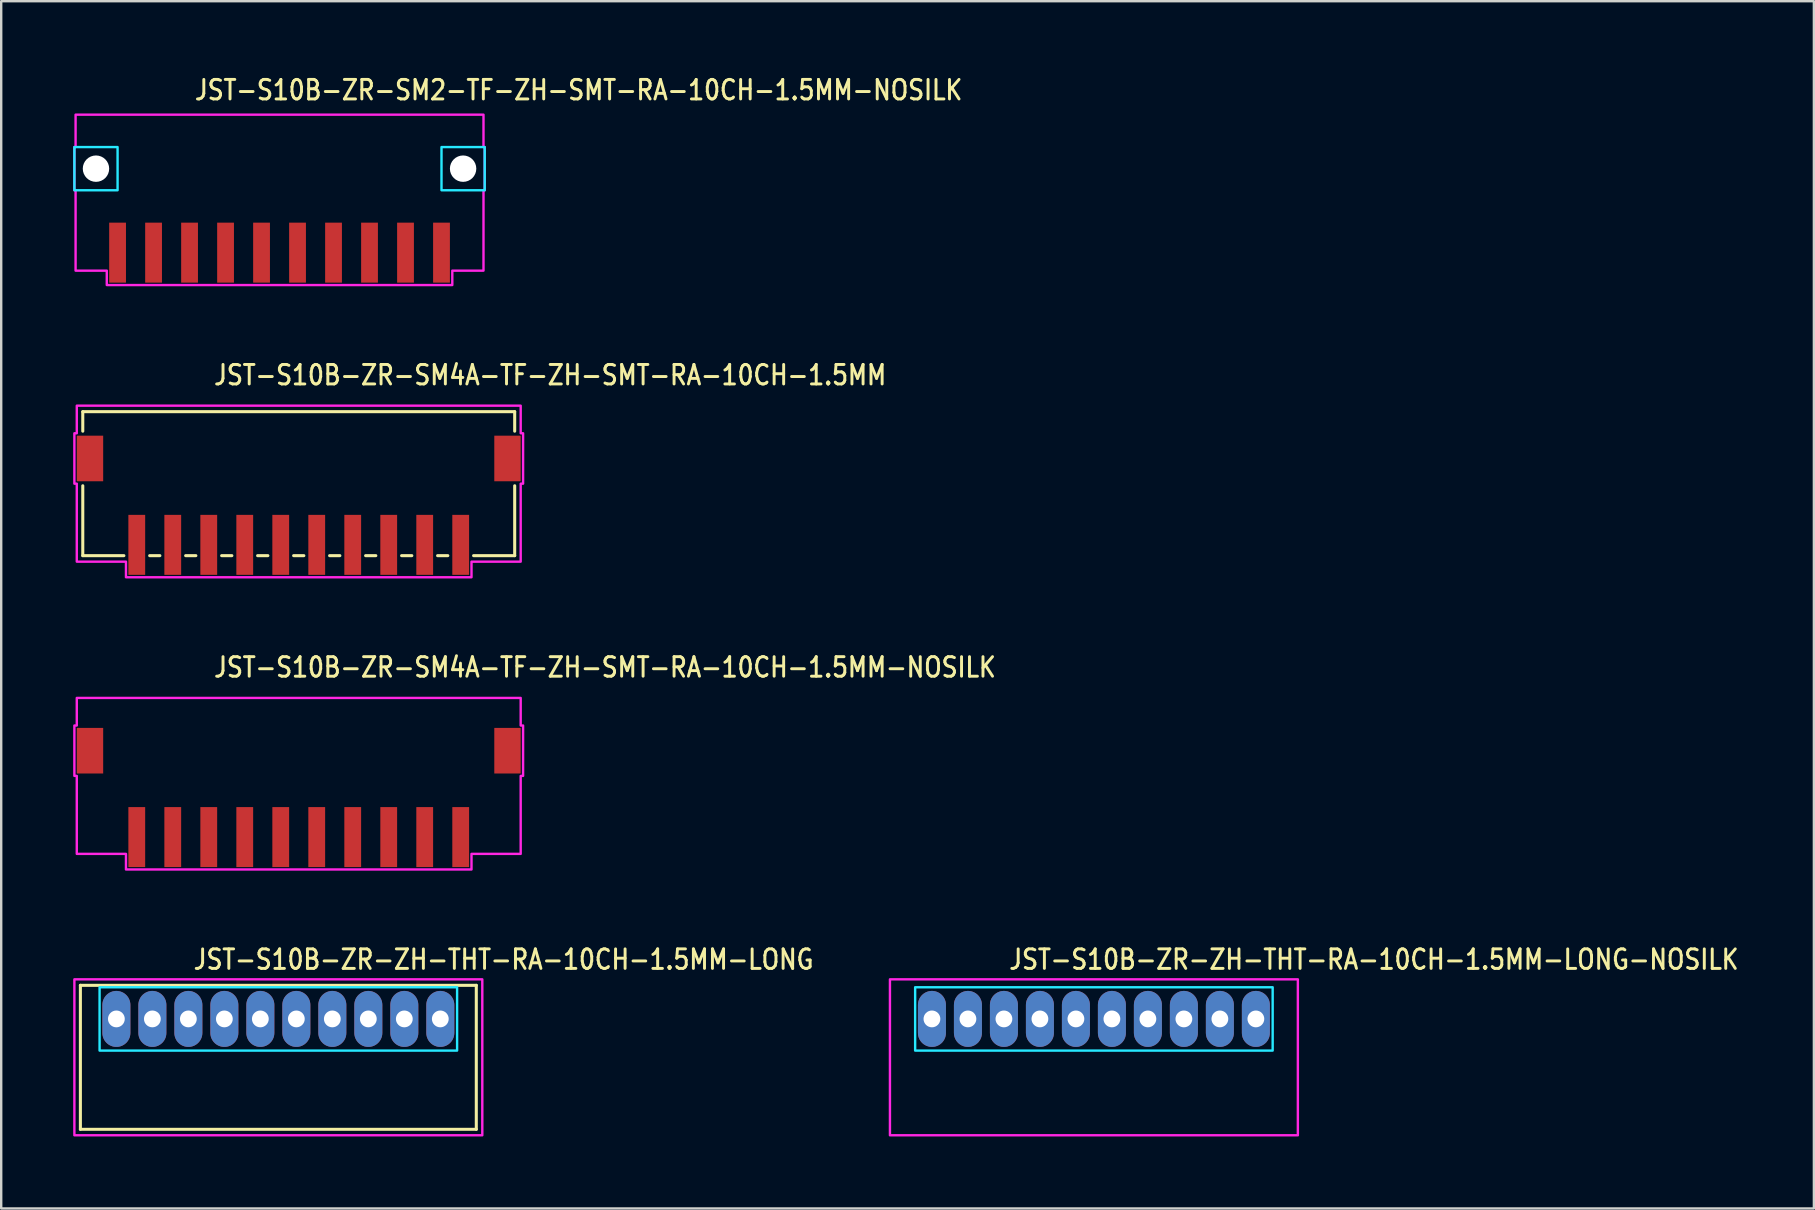
<source format=kicad_pcb>
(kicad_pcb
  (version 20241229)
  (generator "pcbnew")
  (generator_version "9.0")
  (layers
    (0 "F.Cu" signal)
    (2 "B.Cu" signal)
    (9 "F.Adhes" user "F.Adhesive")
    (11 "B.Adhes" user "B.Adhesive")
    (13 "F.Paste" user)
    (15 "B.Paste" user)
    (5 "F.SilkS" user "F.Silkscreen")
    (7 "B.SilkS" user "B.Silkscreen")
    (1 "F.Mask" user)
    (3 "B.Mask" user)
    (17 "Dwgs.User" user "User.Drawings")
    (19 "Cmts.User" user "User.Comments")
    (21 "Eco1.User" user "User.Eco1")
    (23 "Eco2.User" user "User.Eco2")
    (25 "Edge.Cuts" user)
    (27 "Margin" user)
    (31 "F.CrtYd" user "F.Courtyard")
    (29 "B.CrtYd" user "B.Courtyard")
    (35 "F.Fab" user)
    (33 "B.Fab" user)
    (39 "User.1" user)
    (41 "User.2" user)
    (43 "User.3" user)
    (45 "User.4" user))
  (footprint "JST-S10B-ZR-ZH-THT-RA-10CH-1.5MM-LONG"
    (layer "F.Cu")
    (at 8.55 39.414)
    (property "Reference" "JST-S10B-ZR-ZH-THT-RA-10CH-1.5MM-LONG" (at -3.6 -2 0) (unlocked yes) (layer "F.SilkS") (effects (font (size 0.813 0.695) (thickness 0.122)) (justify left bottom)))
    (fp_line (start -8.25 -1.4) (end 8.25 -1.4) (stroke (width 0.127) (type solid)) (layer "F.SilkS"))
    (fp_line (start -8.25 4.6) (end -8.25 -1.4) (stroke (width 0.127) (type solid)) (layer "F.SilkS"))
    (fp_line (start -8.25 4.6) (end 8.25 4.6) (stroke (width 0.127) (type solid)) (layer "F.SilkS"))
    (fp_line (start 8.25 -1.4) (end 8.25 4.6) (stroke (width 0.127) (type solid)) (layer "F.SilkS"))
    (fp_poly (pts (xy -7.45 -1.32) (xy -7.45 1.32) (xy 7.45 1.32) (xy 7.45 -1.32)) (stroke (width 0.1) (type solid)) (fill no) (layer "B.CrtYd"))
    (fp_poly (pts (xy -8.5 -1.65) (xy -8.5 4.85) (xy 8.5 4.85) (xy 8.5 -1.65)) (stroke (width 0.1) (type solid)) (fill no) (layer "F.CrtYd"))
    (pad "1" thru_hole oval (at -6.75 0 90) (size 2.333 1.167) (drill 0.7) (layers "*.Cu" "*.Mask"))
    (pad "2" thru_hole oval (at -5.25 0 90) (size 2.333 1.167) (drill 0.7) (layers "*.Cu" "*.Mask"))
    (pad "3" thru_hole oval (at -3.75 0 90) (size 2.333 1.167) (drill 0.7) (layers "*.Cu" "*.Mask"))
    (pad "4" thru_hole oval (at -2.25 0 90) (size 2.333 1.167) (drill 0.7) (layers "*.Cu" "*.Mask"))
    (pad "5" thru_hole oval (at -0.75 0 90) (size 2.333 1.167) (drill 0.7) (layers "*.Cu" "*.Mask"))
    (pad "6" thru_hole oval (at 0.75 0 90) (size 2.333 1.167) (drill 0.7) (layers "*.Cu" "*.Mask"))
    (pad "7" thru_hole oval (at 2.25 0 90) (size 2.333 1.167) (drill 0.7) (layers "*.Cu" "*.Mask"))
    (pad "8" thru_hole oval (at 3.75 0 90) (size 2.333 1.167) (drill 0.7) (layers "*.Cu" "*.Mask"))
    (pad "9" thru_hole oval (at 5.25 0 90) (size 2.333 1.167) (drill 0.7) (layers "*.Cu" "*.Mask"))
    (pad "10" thru_hole oval (at 6.75 0 90) (size 2.333 1.167) (drill 0.7) (layers "*.Cu" "*.Mask")))
  (footprint "JST-S10B-ZR-SM2-TF-ZH-SMT-RA-10CH-1.5MM-NOSILK"
    (layer "F.Cu")
    (at 8.6 3.979)
    (property "Reference" "JST-S10B-ZR-SM2-TF-ZH-SMT-RA-10CH-1.5MM-NOSILK" (at -3.6 -2.8 0) (unlocked yes) (layer "F.SilkS") (effects (font (size 0.813 0.695) (thickness 0.122)) (justify left bottom)))
    (fp_poly (pts (xy -8.55 -0.9) (xy -8.55 0.9) (xy -6.75 0.9) (xy -6.75 -0.9)) (stroke (width 0.1) (type solid)) (fill no) (layer "B.CrtYd"))
    (fp_poly (pts (xy 8.55 -0.9) (xy 8.55 0.9) (xy 6.75 0.9) (xy 6.75 -0.9)) (stroke (width 0.1) (type solid)) (fill no) (layer "B.CrtYd"))
    (fp_poly (pts (xy -8.5 -2.25) (xy -8.5 -0.9) (xy -8.55 -0.9) (xy -8.55 0.9) (xy -8.5 0.9) (xy -8.5 4.25) (xy -7.2 4.25) (xy -7.2 4.85) (xy 7.2 4.85) (xy 7.2 4.25) (xy 8.5 4.25) (xy 8.5 0.9) (xy 8.55 0.9) (xy 8.55 -0.9) (xy 8.5 -0.9) (xy 8.5 -2.25)) (stroke (width 0.1) (type solid)) (fill no) (layer "F.CrtYd"))
    (pad "" np_thru_hole circle (at -7.65 0) (size 1.1 1.1) (drill 1.1) (layers "*.Cu" "*.Mask"))
    (pad "" np_thru_hole circle (at 7.65 0) (size 1.1 1.1) (drill 1.1) (layers "*.Cu" "*.Mask"))
    (pad "1" smd rect (at 6.75 3.5) (size 0.7 2.5) (layers "F.Cu" "F.Mask" "F.Paste"))
    (pad "2" smd rect (at 5.25 3.5) (size 0.7 2.5) (layers "F.Cu" "F.Mask" "F.Paste"))
    (pad "3" smd rect (at 3.75 3.5) (size 0.7 2.5) (layers "F.Cu" "F.Mask" "F.Paste"))
    (pad "4" smd rect (at 2.25 3.5) (size 0.7 2.5) (layers "F.Cu" "F.Mask" "F.Paste"))
    (pad "5" smd rect (at 0.75 3.5) (size 0.7 2.5) (layers "F.Cu" "F.Mask" "F.Paste"))
    (pad "6" smd rect (at -0.75 3.5) (size 0.7 2.5) (layers "F.Cu" "F.Mask" "F.Paste"))
    (pad "7" smd rect (at -2.25 3.5) (size 0.7 2.5) (layers "F.Cu" "F.Mask" "F.Paste"))
    (pad "8" smd rect (at -3.75 3.5) (size 0.7 2.5) (layers "F.Cu" "F.Mask" "F.Paste"))
    (pad "9" smd rect (at -5.25 3.5) (size 0.7 2.5) (layers "F.Cu" "F.Mask" "F.Paste"))
    (pad "10" smd rect (at -6.75 3.5) (size 0.7 2.5) (layers "F.Cu" "F.Mask" "F.Paste")))
  (footprint "JST-S10B-ZR-SM4A-TF-ZH-SMT-RA-10CH-1.5MM"
    (layer "F.Cu")
    (at 9.4 16.057)
    (property "Reference" "JST-S10B-ZR-SM4A-TF-ZH-SMT-RA-10CH-1.5MM" (at -3.6 -3 0) (unlocked yes) (layer "F.SilkS") (effects (font (size 0.813 0.695) (thickness 0.122)) (justify left bottom)))
    (fp_line (start -9 -1.95) (end -9 -1.137) (stroke (width 0.127) (type solid)) (layer "F.SilkS"))
    (fp_line (start -9 -1.95) (end 9 -1.95) (stroke (width 0.127) (type solid)) (layer "F.SilkS"))
    (fp_line (start -9 4.05) (end -9 1.137) (stroke (width 0.127) (type solid)) (layer "F.SilkS"))
    (fp_line (start -9 4.05) (end -7.287 4.05) (stroke (width 0.127) (type solid)) (layer "F.SilkS"))
    (fp_line (start -6.213 4.05) (end -5.787 4.05) (stroke (width 0.127) (type solid)) (layer "F.SilkS"))
    (fp_line (start -4.713 4.05) (end -4.287 4.05) (stroke (width 0.127) (type solid)) (layer "F.SilkS"))
    (fp_line (start -3.213 4.05) (end -2.787 4.05) (stroke (width 0.127) (type solid)) (layer "F.SilkS"))
    (fp_line (start -1.714 4.05) (end -1.286 4.05) (stroke (width 0.127) (type solid)) (layer "F.SilkS"))
    (fp_line (start -0.213 4.05) (end 0.213 4.05) (stroke (width 0.127) (type solid)) (layer "F.SilkS"))
    (fp_line (start 1.286 4.05) (end 1.714 4.05) (stroke (width 0.127) (type solid)) (layer "F.SilkS"))
    (fp_line (start 2.787 4.05) (end 3.213 4.05) (stroke (width 0.127) (type solid)) (layer "F.SilkS"))
    (fp_line (start 4.287 4.05) (end 4.713 4.05) (stroke (width 0.127) (type solid)) (layer "F.SilkS"))
    (fp_line (start 5.787 4.05) (end 6.213 4.05) (stroke (width 0.127) (type solid)) (layer "F.SilkS"))
    (fp_line (start 7.287 4.05) (end 9 4.05) (stroke (width 0.127) (type solid)) (layer "F.SilkS"))
    (fp_line (start 9 -1.137) (end 9 -1.95) (stroke (width 0.127) (type solid)) (layer "F.SilkS"))
    (fp_line (start 9 1.137) (end 9 4.05) (stroke (width 0.127) (type solid)) (layer "F.SilkS"))
    (fp_poly (pts (xy -9.25 -2.2) (xy -9.25 -1.05) (xy -9.35 -1.05) (xy -9.35 1.05) (xy -9.25 1.05) (xy -9.25 4.3) (xy -7.2 4.3) (xy -7.2 4.95) (xy 7.2 4.95) (xy 7.2 4.3) (xy 9.25 4.3) (xy 9.25 1.05) (xy 9.35 1.05) (xy 9.35 -1.05) (xy 9.25 -1.05) (xy 9.25 -2.2)) (stroke (width 0.1) (type solid)) (fill no) (layer "F.CrtYd"))
    (pad "1" smd rect (at 6.75 3.6) (size 0.7 2.5) (layers "F.Cu" "F.Mask" "F.Paste"))
    (pad "2" smd rect (at 5.25 3.6) (size 0.7 2.5) (layers "F.Cu" "F.Mask" "F.Paste"))
    (pad "3" smd rect (at 3.75 3.6) (size 0.7 2.5) (layers "F.Cu" "F.Mask" "F.Paste"))
    (pad "4" smd rect (at 2.25 3.6) (size 0.7 2.5) (layers "F.Cu" "F.Mask" "F.Paste"))
    (pad "5" smd rect (at 0.75 3.6) (size 0.7 2.5) (layers "F.Cu" "F.Mask" "F.Paste"))
    (pad "6" smd rect (at -0.75 3.6) (size 0.7 2.5) (layers "F.Cu" "F.Mask" "F.Paste"))
    (pad "7" smd rect (at -2.25 3.6) (size 0.7 2.5) (layers "F.Cu" "F.Mask" "F.Paste"))
    (pad "8" smd rect (at -3.75 3.6) (size 0.7 2.5) (layers "F.Cu" "F.Mask" "F.Paste"))
    (pad "9" smd rect (at -5.25 3.6) (size 0.7 2.5) (layers "F.Cu" "F.Mask" "F.Paste"))
    (pad "10" smd rect (at -6.75 3.6) (size 0.7 2.5) (layers "F.Cu" "F.Mask" "F.Paste"))
    (pad "S_1" smd rect (at -8.7 0) (size 1.1 1.9) (layers "F.Cu" "F.Mask" "F.Paste"))
    (pad "S_2" smd rect (at 8.7 0) (size 1.1 1.9) (layers "F.Cu" "F.Mask" "F.Paste")))
  (footprint "JST-S10B-ZR-ZH-THT-RA-10CH-1.5MM-LONG-NOSILK"
    (layer "F.Cu")
    (at 42.539 39.414)
    (property "Reference" "JST-S10B-ZR-ZH-THT-RA-10CH-1.5MM-LONG-NOSILK" (at -3.6 -2 0) (unlocked yes) (layer "F.SilkS") (effects (font (size 0.813 0.695) (thickness 0.122)) (justify left bottom)))
    (fp_poly (pts (xy -7.45 -1.32) (xy -7.45 1.32) (xy 7.45 1.32) (xy 7.45 -1.32)) (stroke (width 0.1) (type solid)) (fill no) (layer "B.CrtYd"))
    (fp_poly (pts (xy -8.5 -1.65) (xy -8.5 4.85) (xy 8.5 4.85) (xy 8.5 -1.65)) (stroke (width 0.1) (type solid)) (fill no) (layer "F.CrtYd"))
    (pad "1" thru_hole oval (at -6.75 0 90) (size 2.333 1.167) (drill 0.7) (layers "*.Cu" "*.Mask"))
    (pad "2" thru_hole oval (at -5.25 0 90) (size 2.333 1.167) (drill 0.7) (layers "*.Cu" "*.Mask"))
    (pad "3" thru_hole oval (at -3.75 0 90) (size 2.333 1.167) (drill 0.7) (layers "*.Cu" "*.Mask"))
    (pad "4" thru_hole oval (at -2.25 0 90) (size 2.333 1.167) (drill 0.7) (layers "*.Cu" "*.Mask"))
    (pad "5" thru_hole oval (at -0.75 0 90) (size 2.333 1.167) (drill 0.7) (layers "*.Cu" "*.Mask"))
    (pad "6" thru_hole oval (at 0.75 0 90) (size 2.333 1.167) (drill 0.7) (layers "*.Cu" "*.Mask"))
    (pad "7" thru_hole oval (at 2.25 0 90) (size 2.333 1.167) (drill 0.7) (layers "*.Cu" "*.Mask"))
    (pad "8" thru_hole oval (at 3.75 0 90) (size 2.333 1.167) (drill 0.7) (layers "*.Cu" "*.Mask"))
    (pad "9" thru_hole oval (at 5.25 0 90) (size 2.333 1.167) (drill 0.7) (layers "*.Cu" "*.Mask"))
    (pad "10" thru_hole oval (at 6.75 0 90) (size 2.333 1.167) (drill 0.7) (layers "*.Cu" "*.Mask")))
  (footprint "JST-S10B-ZR-SM4A-TF-ZH-SMT-RA-10CH-1.5MM-NOSILK"
    (layer "F.Cu")
    (at 9.4 28.236)
    (property "Reference" "JST-S10B-ZR-SM4A-TF-ZH-SMT-RA-10CH-1.5MM-NOSILK" (at -3.6 -3 0) (unlocked yes) (layer "F.SilkS") (effects (font (size 0.813 0.695) (thickness 0.122)) (justify left bottom)))
    (fp_poly (pts (xy -9.25 -2.2) (xy -9.25 -1.05) (xy -9.35 -1.05) (xy -9.35 1.05) (xy -9.25 1.05) (xy -9.25 4.3) (xy -7.2 4.3) (xy -7.2 4.95) (xy 7.2 4.95) (xy 7.2 4.3) (xy 9.25 4.3) (xy 9.25 1.05) (xy 9.35 1.05) (xy 9.35 -1.05) (xy 9.25 -1.05) (xy 9.25 -2.2)) (stroke (width 0.1) (type solid)) (fill no) (layer "F.CrtYd"))
    (pad "1" smd rect (at 6.75 3.6) (size 0.7 2.5) (layers "F.Cu" "F.Mask" "F.Paste"))
    (pad "2" smd rect (at 5.25 3.6) (size 0.7 2.5) (layers "F.Cu" "F.Mask" "F.Paste"))
    (pad "3" smd rect (at 3.75 3.6) (size 0.7 2.5) (layers "F.Cu" "F.Mask" "F.Paste"))
    (pad "4" smd rect (at 2.25 3.6) (size 0.7 2.5) (layers "F.Cu" "F.Mask" "F.Paste"))
    (pad "5" smd rect (at 0.75 3.6) (size 0.7 2.5) (layers "F.Cu" "F.Mask" "F.Paste"))
    (pad "6" smd rect (at -0.75 3.6) (size 0.7 2.5) (layers "F.Cu" "F.Mask" "F.Paste"))
    (pad "7" smd rect (at -2.25 3.6) (size 0.7 2.5) (layers "F.Cu" "F.Mask" "F.Paste"))
    (pad "8" smd rect (at -3.75 3.6) (size 0.7 2.5) (layers "F.Cu" "F.Mask" "F.Paste"))
    (pad "9" smd rect (at -5.25 3.6) (size 0.7 2.5) (layers "F.Cu" "F.Mask" "F.Paste"))
    (pad "10" smd rect (at -6.75 3.6) (size 0.7 2.5) (layers "F.Cu" "F.Mask" "F.Paste"))
    (pad "S_1" smd rect (at -8.7 0) (size 1.1 1.9) (layers "F.Cu" "F.Mask" "F.Paste"))
    (pad "S_2" smd rect (at 8.7 0) (size 1.1 1.9) (layers "F.Cu" "F.Mask" "F.Paste")))
  (gr_rect
    (start -3 -3)
    (end 72.545 47.314)
    (stroke (width 0.1) (type default))
    (fill no)
    (layer "Edge.Cuts")))
</source>
